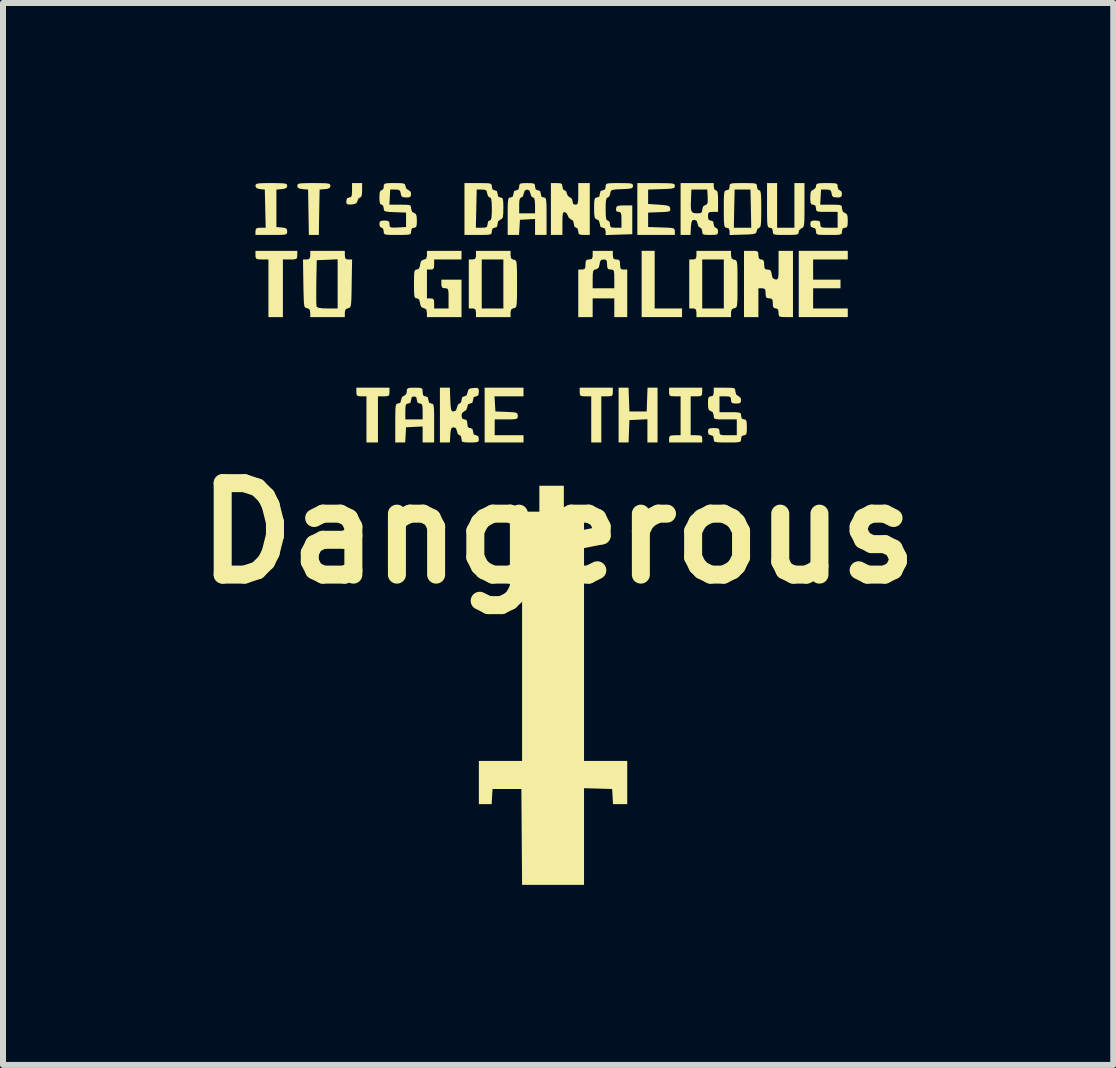
<source format=kicad_pcb>
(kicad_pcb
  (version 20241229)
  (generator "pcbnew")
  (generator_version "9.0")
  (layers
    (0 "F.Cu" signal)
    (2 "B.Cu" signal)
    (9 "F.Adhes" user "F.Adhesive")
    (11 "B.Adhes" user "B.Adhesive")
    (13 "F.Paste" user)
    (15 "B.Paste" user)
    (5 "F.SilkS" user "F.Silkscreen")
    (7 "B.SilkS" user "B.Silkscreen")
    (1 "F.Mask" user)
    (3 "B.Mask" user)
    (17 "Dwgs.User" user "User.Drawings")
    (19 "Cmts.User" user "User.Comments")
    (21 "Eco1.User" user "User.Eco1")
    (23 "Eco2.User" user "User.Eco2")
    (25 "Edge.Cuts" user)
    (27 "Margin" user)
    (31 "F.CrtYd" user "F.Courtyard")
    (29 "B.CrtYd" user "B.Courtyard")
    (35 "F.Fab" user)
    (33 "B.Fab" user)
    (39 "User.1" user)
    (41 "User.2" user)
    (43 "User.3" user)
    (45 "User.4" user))
  (footprint "Dangerous"
    (layer "F.Cu")
    (at 6.248 5.834)
    (property "Reference" "Dangerous" (at 0 0 0) (layer "F.SilkS") (effects (font (size 1.524 1.524) (thickness 0.3))))
    (attr board_only exclude_from_pos_files exclude_from_bom)
    (fp_poly (pts (xy 1.609 -3.745) (xy 2.065 -3.745) (xy 2.065 -3.601) (xy 1.392 -3.601) (xy 1.392 -4.705) (xy 1.609 -4.705)) (stroke (width 0) (type solid)) (fill yes) (layer "F.SilkS"))
    (fp_poly (pts (xy 4.826 -4.561) (xy 4.249 -4.561) (xy 4.249 -4.225) (xy 4.705 -4.225) (xy 4.705 -4.081) (xy 4.249 -4.081) (xy 4.249 -3.745) (xy 4.826 -3.745) (xy 4.826 -3.601) (xy 4.009 -3.601) (xy 4.009 -4.705) (xy 4.826 -4.705)) (stroke (width 0) (type solid)) (fill yes) (layer "F.SilkS"))
    (fp_poly (pts (xy -2.809 -2.353) (xy -2.813 -2.307) (xy -2.833 -2.286) (xy -2.884 -2.281) (xy -2.905 -2.281) (xy -3.001 -2.281) (xy -3.001 -1.512) (xy -3.193 -1.512) (xy -3.193 -2.281) (xy -3.277 -2.281) (xy -3.333 -2.285) (xy -3.357 -2.305) (xy -3.361 -2.353) (xy -3.361 -2.425) (xy -2.809 -2.425)) (stroke (width 0) (type solid)) (fill yes) (layer "F.SilkS"))
    (fp_poly (pts (xy -4.345 -4.633) (xy -4.348 -4.591) (xy -4.364 -4.57) (xy -4.406 -4.562) (xy -4.465 -4.561) (xy -4.585 -4.561) (xy -4.585 -3.601) (xy -4.826 -3.601) (xy -4.826 -4.561) (xy -4.934 -4.561) (xy -5 -4.564) (xy -5.031 -4.576) (xy -5.041 -4.606) (xy -5.042 -4.633) (xy -5.042 -4.705) (xy -4.345 -4.705)) (stroke (width 0) (type solid)) (fill yes) (layer "F.SilkS"))
    (fp_poly (pts (xy 0.912 -2.353) (xy 0.908 -2.307) (xy 0.888 -2.286) (xy 0.837 -2.281) (xy 0.816 -2.281) (xy 0.72 -2.281) (xy 0.72 -1.512) (xy 0.552 -1.512) (xy 0.552 -2.281) (xy 0.456 -2.281) (xy 0.395 -2.284) (xy 0.367 -2.299) (xy 0.36 -2.337) (xy 0.36 -2.353) (xy 0.36 -2.425) (xy 0.912 -2.425)) (stroke (width 0) (type solid)) (fill yes) (layer "F.SilkS"))
    (fp_poly (pts (xy 1.181 -2.227) (xy 1.188 -2.029) (xy 1.476 -2.029) (xy 1.483 -2.227) (xy 1.49 -2.425) (xy 1.657 -2.425) (xy 1.657 -1.512) (xy 1.488 -1.512) (xy 1.488 -1.899) (xy 1.338 -1.892) (xy 1.188 -1.885) (xy 1.181 -1.699) (xy 1.174 -1.512) (xy 1.008 -1.512) (xy 1.008 -2.425) (xy 1.174 -2.425)) (stroke (width 0) (type solid)) (fill yes) (layer "F.SilkS"))
    (fp_poly (pts (xy -3.265 -5.714) (xy -3.269 -5.637) (xy -3.283 -5.6) (xy -3.299 -5.594) (xy -3.329 -5.573) (xy -3.341 -5.54) (xy -3.357 -5.502) (xy -3.398 -5.484) (xy -3.439 -5.478) (xy -3.498 -5.477) (xy -3.523 -5.49) (xy -3.529 -5.528) (xy -3.529 -5.532) (xy -3.518 -5.58) (xy -3.481 -5.594) (xy -3.452 -5.6) (xy -3.438 -5.627) (xy -3.433 -5.686) (xy -3.433 -5.714) (xy -3.433 -5.834) (xy -3.265 -5.834)) (stroke (width 0) (type solid)) (fill yes) (layer "F.SilkS"))
    (fp_poly (pts (xy -0.576 -2.281) (xy -1.059 -2.281) (xy -1.052 -2.155) (xy -1.044 -2.029) (xy -0.858 -2.022) (xy -0.765 -2.017) (xy -0.709 -2.011) (xy -0.682 -1.998) (xy -0.673 -1.977) (xy -0.672 -1.956) (xy -0.674 -1.926) (xy -0.687 -1.909) (xy -0.721 -1.9) (xy -0.785 -1.897) (xy -0.864 -1.897) (xy -1.056 -1.897) (xy -1.056 -1.633) (xy -0.576 -1.633) (xy -0.576 -1.512) (xy -1.224 -1.512) (xy -1.224 -2.425) (xy -0.576 -2.425)) (stroke (width 0) (type solid)) (fill yes) (layer "F.SilkS"))
    (fp_poly (pts (xy 0.096 -0.36) (xy 0.432 -0.36) (xy 0.432 3.793) (xy 1.152 3.793) (xy 1.152 4.513) (xy 0.915 4.513) (xy 0.908 4.387) (xy 0.9 4.261) (xy 0.666 4.254) (xy 0.432 4.248) (xy 0.432 5.858) (xy -0.6 5.858) (xy -0.606 5.06) (xy -0.612 4.261) (xy -1.092 4.261) (xy -1.1 4.387) (xy -1.107 4.513) (xy -1.32 4.513) (xy -1.32 3.793) (xy -0.6 3.793) (xy -0.6 -0.36) (xy -0.312 -0.36) (xy -0.312 -0.792) (xy 0.096 -0.792)) (stroke (width 0) (type solid)) (fill yes) (layer "F.SilkS"))
    (fp_poly (pts (xy -3.951 -5.833) (xy -3.872 -5.831) (xy -3.825 -5.825) (xy -3.801 -5.814) (xy -3.794 -5.797) (xy -3.793 -5.787) (xy -3.804 -5.754) (xy -3.845 -5.738) (xy -3.883 -5.733) (xy -3.973 -5.726) (xy -3.98 -5.348) (xy -3.986 -4.97) (xy -4.152 -4.97) (xy -4.159 -5.348) (xy -4.165 -5.726) (xy -4.255 -5.733) (xy -4.317 -5.744) (xy -4.342 -5.767) (xy -4.345 -5.787) (xy -4.342 -5.807) (xy -4.327 -5.821) (xy -4.292 -5.829) (xy -4.229 -5.832) (xy -4.129 -5.834) (xy -4.069 -5.834)) (stroke (width 0) (type solid)) (fill yes) (layer "F.SilkS"))
    (fp_poly (pts (xy 2.401 -2.353) (xy 2.397 -2.307) (xy 2.376 -2.286) (xy 2.325 -2.281) (xy 2.305 -2.281) (xy 2.209 -2.281) (xy 2.209 -1.633) (xy 2.305 -1.633) (xy 2.367 -1.629) (xy 2.394 -1.614) (xy 2.401 -1.578) (xy 2.401 -1.572) (xy 2.401 -1.512) (xy 1.849 -1.512) (xy 1.849 -1.572) (xy 1.854 -1.611) (xy 1.879 -1.628) (xy 1.936 -1.632) (xy 1.945 -1.633) (xy 2.041 -1.633) (xy 2.041 -2.281) (xy 1.945 -2.281) (xy 1.883 -2.284) (xy 1.856 -2.299) (xy 1.849 -2.337) (xy 1.849 -2.353) (xy 1.849 -2.425) (xy 2.401 -2.425)) (stroke (width 0) (type solid)) (fill yes) (layer "F.SilkS"))
    (fp_poly (pts (xy 3.649 -5.09) (xy 3.937 -5.09) (xy 3.937 -5.834) (xy 4.105 -5.834) (xy 4.105 -5.465) (xy 4.105 -5.324) (xy 4.103 -5.224) (xy 4.099 -5.157) (xy 4.092 -5.117) (xy 4.081 -5.095) (xy 4.065 -5.085) (xy 4.057 -5.083) (xy 4.017 -5.05) (xy 4.009 -5.02) (xy 4.006 -4.996) (xy 3.991 -4.981) (xy 3.953 -4.973) (xy 3.886 -4.97) (xy 3.793 -4.97) (xy 3.691 -4.97) (xy 3.627 -4.973) (xy 3.593 -4.982) (xy 3.58 -4.998) (xy 3.577 -5.024) (xy 3.577 -5.03) (xy 3.566 -5.077) (xy 3.529 -5.09) (xy 3.511 -5.092) (xy 3.498 -5.103) (xy 3.489 -5.131) (xy 3.484 -5.183) (xy 3.482 -5.264) (xy 3.481 -5.383) (xy 3.481 -5.462) (xy 3.481 -5.834) (xy 3.649 -5.834)) (stroke (width 0) (type solid)) (fill yes) (layer "F.SilkS"))
    (fp_poly (pts (xy 1.76 -5.833) (xy 1.847 -5.831) (xy 1.901 -5.827) (xy 1.931 -5.818) (xy 1.943 -5.804) (xy 1.945 -5.787) (xy 1.941 -5.764) (xy 1.922 -5.75) (xy 1.881 -5.741) (xy 1.807 -5.736) (xy 1.723 -5.733) (xy 1.5 -5.726) (xy 1.5 -5.486) (xy 1.681 -5.474) (xy 1.773 -5.466) (xy 1.828 -5.457) (xy 1.856 -5.442) (xy 1.867 -5.417) (xy 1.868 -5.409) (xy 1.869 -5.382) (xy 1.856 -5.366) (xy 1.819 -5.356) (xy 1.749 -5.351) (xy 1.688 -5.349) (xy 1.5 -5.342) (xy 1.5 -5.102) (xy 1.723 -5.095) (xy 1.827 -5.091) (xy 1.892 -5.086) (xy 1.927 -5.076) (xy 1.942 -5.06) (xy 1.945 -5.034) (xy 1.945 -5.029) (xy 1.945 -4.97) (xy 1.32 -4.97) (xy 1.32 -5.834) (xy 1.633 -5.834)) (stroke (width 0) (type solid)) (fill yes) (layer "F.SilkS"))
    (fp_poly (pts (xy -4.662 -5.833) (xy -4.586 -5.83) (xy -4.541 -5.824) (xy -4.52 -5.813) (xy -4.514 -5.795) (xy -4.513 -5.787) (xy -4.524 -5.754) (xy -4.565 -5.738) (xy -4.603 -5.733) (xy -4.693 -5.726) (xy -4.693 -5.102) (xy -4.603 -5.094) (xy -4.544 -5.085) (xy -4.518 -5.063) (xy -4.513 -5.028) (xy -4.515 -5.003) (xy -4.525 -4.986) (xy -4.551 -4.976) (xy -4.603 -4.971) (xy -4.688 -4.97) (xy -4.778 -4.97) (xy -5.042 -4.97) (xy -5.042 -5.03) (xy -5.035 -5.07) (xy -5.007 -5.087) (xy -4.957 -5.09) (xy -4.872 -5.09) (xy -4.879 -5.408) (xy -4.886 -5.726) (xy -4.964 -5.733) (xy -5.02 -5.747) (xy -5.041 -5.777) (xy -5.042 -5.787) (xy -5.038 -5.808) (xy -5.023 -5.821) (xy -4.986 -5.829) (xy -4.921 -5.833) (xy -4.819 -5.834) (xy -4.778 -5.834)) (stroke (width 0) (type solid)) (fill yes) (layer "F.SilkS"))
    (fp_poly (pts (xy -0.792 -4.635) (xy -0.783 -4.581) (xy -0.75 -4.559) (xy -0.738 -4.557) (xy -0.718 -4.553) (xy -0.704 -4.542) (xy -0.694 -4.518) (xy -0.689 -4.474) (xy -0.686 -4.402) (xy -0.684 -4.296) (xy -0.684 -4.153) (xy -0.684 -4.007) (xy -0.686 -3.902) (xy -0.689 -3.831) (xy -0.695 -3.787) (xy -0.704 -3.764) (xy -0.719 -3.754) (xy -0.738 -3.75) (xy -0.778 -3.732) (xy -0.792 -3.686) (xy -0.792 -3.671) (xy -0.792 -3.601) (xy -1.368 -3.601) (xy -1.368 -3.673) (xy -1.375 -3.725) (xy -1.402 -3.743) (xy -1.428 -3.745) (xy -1.272 -3.745) (xy -0.912 -3.745) (xy -0.912 -4.561) (xy -1.272 -4.561) (xy -1.272 -3.745) (xy -1.428 -3.745) (xy -1.488 -3.745) (xy -1.488 -4.561) (xy -1.428 -4.561) (xy -1.386 -4.569) (xy -1.37 -4.602) (xy -1.368 -4.633) (xy -1.368 -4.705) (xy -0.792 -4.705)) (stroke (width 0) (type solid)) (fill yes) (layer "F.SilkS"))
    (fp_poly (pts (xy 2.881 -4.635) (xy 2.89 -4.581) (xy 2.924 -4.559) (xy 2.935 -4.557) (xy 2.955 -4.553) (xy 2.969 -4.542) (xy 2.979 -4.518) (xy 2.985 -4.474) (xy 2.988 -4.402) (xy 2.989 -4.296) (xy 2.989 -4.153) (xy 2.989 -4.007) (xy 2.988 -3.902) (xy 2.984 -3.831) (xy 2.979 -3.787) (xy 2.969 -3.764) (xy 2.954 -3.754) (xy 2.935 -3.75) (xy 2.895 -3.732) (xy 2.881 -3.686) (xy 2.881 -3.671) (xy 2.881 -3.601) (xy 2.305 -3.601) (xy 2.305 -3.673) (xy 2.298 -3.725) (xy 2.271 -3.743) (xy 2.245 -3.745) (xy 2.401 -3.745) (xy 2.761 -3.745) (xy 2.761 -4.561) (xy 2.401 -4.561) (xy 2.401 -3.745) (xy 2.245 -3.745) (xy 2.185 -3.745) (xy 2.185 -4.561) (xy 2.245 -4.561) (xy 2.288 -4.569) (xy 2.303 -4.602) (xy 2.305 -4.633) (xy 2.305 -4.705) (xy 2.881 -4.705)) (stroke (width 0) (type solid)) (fill yes) (layer "F.SilkS"))
    (fp_poly (pts (xy 0.038 -5.831) (xy 0.065 -5.815) (xy 0.072 -5.779) (xy 0.072 -5.774) (xy 0.085 -5.726) (xy 0.108 -5.714) (xy 0.137 -5.694) (xy 0.144 -5.664) (xy 0.165 -5.616) (xy 0.192 -5.601) (xy 0.232 -5.569) (xy 0.24 -5.531) (xy 0.253 -5.485) (xy 0.288 -5.474) (xy 0.313 -5.478) (xy 0.327 -5.497) (xy 0.334 -5.542) (xy 0.336 -5.621) (xy 0.336 -5.654) (xy 0.336 -5.834) (xy 0.528 -5.834) (xy 0.528 -4.97) (xy 0.432 -4.97) (xy 0.37 -4.973) (xy 0.343 -4.988) (xy 0.336 -5.024) (xy 0.336 -5.03) (xy 0.324 -5.078) (xy 0.3 -5.09) (xy 0.271 -5.111) (xy 0.264 -5.152) (xy 0.248 -5.208) (xy 0.217 -5.226) (xy 0.177 -5.258) (xy 0.163 -5.29) (xy 0.14 -5.334) (xy 0.114 -5.349) (xy 0.093 -5.348) (xy 0.081 -5.329) (xy 0.074 -5.283) (xy 0.072 -5.201) (xy 0.072 -5.163) (xy 0.072 -4.97) (xy -0.12 -4.97) (xy -0.12 -5.834) (xy -0.024 -5.834)) (stroke (width 0) (type solid)) (fill yes) (layer "F.SilkS"))
    (fp_poly (pts (xy -3.553 -4.633) (xy -3.547 -4.582) (xy -3.519 -4.563) (xy -3.493 -4.561) (xy -3.432 -4.561) (xy -3.439 -4.159) (xy -3.441 -4.012) (xy -3.444 -3.906) (xy -3.448 -3.834) (xy -3.455 -3.789) (xy -3.465 -3.765) (xy -3.479 -3.754) (xy -3.499 -3.75) (xy -3.539 -3.732) (xy -3.553 -3.686) (xy -3.553 -3.671) (xy -3.553 -3.601) (xy -4.129 -3.601) (xy -4.129 -3.671) (xy -4.138 -3.725) (xy -4.172 -3.747) (xy -4.183 -3.75) (xy -4.203 -3.754) (xy -4.218 -3.765) (xy -4.228 -3.789) (xy -4.234 -3.834) (xy -4.238 -3.907) (xy -4.241 -4.014) (xy -4.242 -4.048) (xy -4.029 -4.048) (xy -4.029 -3.933) (xy -4.028 -3.844) (xy -4.025 -3.789) (xy -4.023 -3.776) (xy -3.994 -3.757) (xy -3.923 -3.747) (xy -3.842 -3.745) (xy -3.673 -3.745) (xy -3.673 -4.564) (xy -3.847 -4.556) (xy -4.021 -4.549) (xy -4.028 -4.178) (xy -4.029 -4.048) (xy -4.242 -4.048) (xy -4.244 -4.159) (xy -4.25 -4.561) (xy -4.19 -4.561) (xy -4.147 -4.569) (xy -4.131 -4.602) (xy -4.129 -4.633) (xy -4.129 -4.705) (xy -3.553 -4.705)) (stroke (width 0) (type solid)) (fill yes) (layer "F.SilkS"))
    (fp_poly (pts (xy 3.288 -4.704) (xy 3.324 -4.694) (xy 3.336 -4.669) (xy 3.337 -4.633) (xy 3.345 -4.581) (xy 3.373 -4.562) (xy 3.385 -4.561) (xy 3.418 -4.552) (xy 3.432 -4.515) (xy 3.433 -4.477) (xy 3.438 -4.421) (xy 3.458 -4.397) (xy 3.492 -4.393) (xy 3.534 -4.385) (xy 3.553 -4.35) (xy 3.558 -4.315) (xy 3.572 -4.257) (xy 3.606 -4.232) (xy 3.619 -4.23) (xy 3.644 -4.228) (xy 3.659 -4.238) (xy 3.668 -4.266) (xy 3.672 -4.323) (xy 3.673 -4.416) (xy 3.673 -4.464) (xy 3.673 -4.705) (xy 3.913 -4.705) (xy 3.913 -3.601) (xy 3.793 -3.601) (xy 3.722 -3.603) (xy 3.687 -3.612) (xy 3.675 -3.638) (xy 3.673 -3.673) (xy 3.666 -3.726) (xy 3.638 -3.744) (xy 3.625 -3.745) (xy 3.592 -3.755) (xy 3.579 -3.791) (xy 3.577 -3.829) (xy 3.573 -3.886) (xy 3.552 -3.909) (xy 3.517 -3.913) (xy 3.477 -3.92) (xy 3.46 -3.948) (xy 3.457 -3.997) (xy 3.453 -4.054) (xy 3.432 -4.077) (xy 3.397 -4.081) (xy 3.337 -4.081) (xy 3.337 -3.601) (xy 3.097 -3.601) (xy 3.097 -4.705) (xy 3.217 -4.705)) (stroke (width 0) (type solid)) (fill yes) (layer "F.SilkS"))
    (fp_poly (pts (xy 0.912 -4.633) (xy 0.919 -4.582) (xy 0.946 -4.563) (xy 0.972 -4.561) (xy 1.013 -4.555) (xy 1.03 -4.527) (xy 1.032 -4.477) (xy 1.037 -4.421) (xy 1.057 -4.397) (xy 1.092 -4.393) (xy 1.152 -4.393) (xy 1.152 -3.601) (xy 0.936 -3.601) (xy 0.936 -3.913) (xy 0.576 -3.913) (xy 0.576 -3.601) (xy 0.336 -3.601) (xy 0.336 -4.081) (xy 0.576 -4.081) (xy 0.936 -4.081) (xy 0.936 -4.237) (xy 0.935 -4.321) (xy 0.929 -4.368) (xy 0.914 -4.388) (xy 0.886 -4.393) (xy 0.876 -4.393) (xy 0.836 -4.4) (xy 0.819 -4.428) (xy 0.816 -4.477) (xy 0.812 -4.534) (xy 0.791 -4.558) (xy 0.758 -4.561) (xy 0.716 -4.553) (xy 0.697 -4.518) (xy 0.692 -4.483) (xy 0.677 -4.425) (xy 0.643 -4.4) (xy 0.63 -4.398) (xy 0.601 -4.389) (xy 0.585 -4.367) (xy 0.578 -4.32) (xy 0.576 -4.237) (xy 0.576 -4.081) (xy 0.336 -4.081) (xy 0.336 -4.393) (xy 0.396 -4.393) (xy 0.437 -4.4) (xy 0.453 -4.428) (xy 0.456 -4.477) (xy 0.461 -4.534) (xy 0.481 -4.557) (xy 0.516 -4.561) (xy 0.559 -4.569) (xy 0.575 -4.602) (xy 0.576 -4.633) (xy 0.576 -4.705) (xy 0.912 -4.705)) (stroke (width 0) (type solid)) (fill yes) (layer "F.SilkS"))
    (fp_poly (pts (xy 3.191 -5.833) (xy 3.257 -5.831) (xy 3.294 -5.823) (xy 3.309 -5.808) (xy 3.313 -5.784) (xy 3.313 -5.774) (xy 3.326 -5.726) (xy 3.349 -5.714) (xy 3.364 -5.707) (xy 3.374 -5.681) (xy 3.381 -5.63) (xy 3.384 -5.546) (xy 3.385 -5.422) (xy 3.385 -5.402) (xy 3.384 -5.271) (xy 3.381 -5.181) (xy 3.375 -5.125) (xy 3.365 -5.097) (xy 3.351 -5.09) (xy 3.321 -5.069) (xy 3.309 -5.036) (xy 3.302 -5.01) (xy 3.285 -4.994) (xy 3.247 -4.984) (xy 3.18 -4.978) (xy 3.079 -4.975) (xy 2.857 -4.968) (xy 2.857 -5.029) (xy 2.846 -5.076) (xy 2.809 -5.09) (xy 2.928 -5.09) (xy 3.218 -5.09) (xy 3.212 -5.408) (xy 3.205 -5.726) (xy 2.941 -5.726) (xy 2.934 -5.408) (xy 2.928 -5.09) (xy 2.809 -5.09) (xy 2.789 -5.092) (xy 2.776 -5.105) (xy 2.768 -5.136) (xy 2.763 -5.193) (xy 2.761 -5.283) (xy 2.761 -5.402) (xy 2.761 -5.529) (xy 2.763 -5.616) (xy 2.768 -5.671) (xy 2.777 -5.7) (xy 2.791 -5.712) (xy 2.809 -5.714) (xy 2.847 -5.728) (xy 2.857 -5.774) (xy 2.858 -5.802) (xy 2.869 -5.819) (xy 2.898 -5.829) (xy 2.954 -5.833) (xy 3.046 -5.834) (xy 3.085 -5.834)) (stroke (width 0) (type solid)) (fill yes) (layer "F.SilkS"))
    (fp_poly (pts (xy -1.609 -4.561) (xy -2.065 -4.561) (xy -2.065 -4.477) (xy -2.069 -4.421) (xy -2.089 -4.397) (xy -2.125 -4.393) (xy -2.185 -4.393) (xy -2.185 -3.913) (xy -2.125 -3.913) (xy -2.084 -3.907) (xy -2.067 -3.879) (xy -2.065 -3.829) (xy -2.065 -3.745) (xy -1.825 -3.745) (xy -1.825 -3.913) (xy -1.825 -4.001) (xy -1.831 -4.051) (xy -1.844 -4.074) (xy -1.869 -4.081) (xy -1.885 -4.081) (xy -1.927 -4.089) (xy -1.943 -4.122) (xy -1.945 -4.153) (xy -1.945 -4.225) (xy -1.609 -4.225) (xy -1.609 -3.601) (xy -2.185 -3.601) (xy -2.185 -3.671) (xy -2.194 -3.725) (xy -2.227 -3.747) (xy -2.239 -3.75) (xy -2.279 -3.768) (xy -2.298 -3.816) (xy -2.3 -3.835) (xy -2.314 -3.892) (xy -2.344 -3.913) (xy -2.354 -3.913) (xy -2.375 -3.917) (xy -2.389 -3.934) (xy -2.397 -3.972) (xy -2.4 -4.041) (xy -2.401 -4.149) (xy -2.401 -4.153) (xy -2.4 -4.263) (xy -2.397 -4.333) (xy -2.389 -4.372) (xy -2.376 -4.389) (xy -2.355 -4.393) (xy -2.354 -4.393) (xy -2.319 -4.407) (xy -2.302 -4.454) (xy -2.3 -4.471) (xy -2.286 -4.53) (xy -2.252 -4.555) (xy -2.239 -4.557) (xy -2.198 -4.575) (xy -2.185 -4.62) (xy -2.185 -4.635) (xy -2.185 -4.705) (xy -1.609 -4.705)) (stroke (width 0) (type solid)) (fill yes) (layer "F.SilkS"))
    (fp_poly (pts (xy -0.441 -5.832) (xy -0.401 -5.824) (xy -0.386 -5.804) (xy -0.384 -5.774) (xy -0.373 -5.727) (xy -0.336 -5.714) (xy -0.298 -5.7) (xy -0.288 -5.654) (xy -0.277 -5.607) (xy -0.24 -5.594) (xy -0.22 -5.591) (xy -0.207 -5.578) (xy -0.199 -5.547) (xy -0.194 -5.49) (xy -0.192 -5.4) (xy -0.192 -5.282) (xy -0.192 -4.97) (xy -0.384 -4.97) (xy -0.384 -5.236) (xy -0.51 -5.229) (xy -0.636 -5.222) (xy -0.643 -5.096) (xy -0.651 -4.97) (xy -0.84 -4.97) (xy -0.84 -5.282) (xy -0.84 -5.33) (xy -0.648 -5.33) (xy -0.384 -5.33) (xy -0.384 -5.462) (xy -0.388 -5.542) (xy -0.4 -5.584) (xy -0.419 -5.594) (xy -0.447 -5.615) (xy -0.461 -5.66) (xy -0.478 -5.711) (xy -0.516 -5.726) (xy -0.555 -5.71) (xy -0.572 -5.66) (xy -0.588 -5.61) (xy -0.614 -5.594) (xy -0.635 -5.58) (xy -0.646 -5.534) (xy -0.648 -5.462) (xy -0.648 -5.33) (xy -0.84 -5.33) (xy -0.84 -5.409) (xy -0.838 -5.496) (xy -0.833 -5.55) (xy -0.824 -5.58) (xy -0.81 -5.592) (xy -0.792 -5.594) (xy -0.755 -5.608) (xy -0.744 -5.654) (xy -0.733 -5.701) (xy -0.696 -5.714) (xy -0.659 -5.728) (xy -0.648 -5.774) (xy -0.645 -5.808) (xy -0.627 -5.826) (xy -0.582 -5.833) (xy -0.516 -5.834)) (stroke (width 0) (type solid)) (fill yes) (layer "F.SilkS"))
    (fp_poly (pts (xy 2.593 -5.774) (xy 2.605 -5.726) (xy 2.629 -5.714) (xy 2.648 -5.704) (xy 2.659 -5.67) (xy 2.664 -5.603) (xy 2.665 -5.534) (xy 2.665 -5.354) (xy 2.581 -5.354) (xy 2.524 -5.35) (xy 2.501 -5.329) (xy 2.497 -5.282) (xy 2.504 -5.229) (xy 2.532 -5.21) (xy 2.545 -5.21) (xy 2.582 -5.196) (xy 2.593 -5.15) (xy 2.605 -5.101) (xy 2.629 -5.09) (xy 2.658 -5.069) (xy 2.665 -5.03) (xy 2.661 -4.995) (xy 2.643 -4.977) (xy 2.599 -4.971) (xy 2.533 -4.97) (xy 2.457 -4.971) (xy 2.418 -4.979) (xy 2.403 -5) (xy 2.401 -5.03) (xy 2.389 -5.077) (xy 2.366 -5.09) (xy 2.338 -5.111) (xy 2.324 -5.156) (xy 2.307 -5.207) (xy 2.269 -5.222) (xy 2.24 -5.215) (xy 2.224 -5.187) (xy 2.215 -5.126) (xy 2.213 -5.096) (xy 2.206 -4.97) (xy 2.041 -4.97) (xy 2.041 -5.454) (xy 2.211 -5.454) (xy 2.216 -5.386) (xy 2.234 -5.349) (xy 2.267 -5.333) (xy 2.316 -5.33) (xy 2.373 -5.334) (xy 2.397 -5.354) (xy 2.401 -5.392) (xy 2.417 -5.447) (xy 2.45 -5.467) (xy 2.479 -5.481) (xy 2.492 -5.512) (xy 2.493 -5.572) (xy 2.492 -5.603) (xy 2.485 -5.726) (xy 2.221 -5.726) (xy 2.214 -5.56) (xy 2.211 -5.454) (xy 2.041 -5.454) (xy 2.041 -5.834) (xy 2.593 -5.834)) (stroke (width 0) (type solid)) (fill yes) (layer "F.SilkS"))
    (fp_poly (pts (xy -1.227 -5.833) (xy -1.16 -5.831) (xy -1.124 -5.823) (xy -1.108 -5.808) (xy -1.104 -5.784) (xy -1.104 -5.774) (xy -1.093 -5.727) (xy -1.056 -5.714) (xy -1.019 -5.7) (xy -1.008 -5.654) (xy -0.997 -5.607) (xy -0.96 -5.594) (xy -0.936 -5.589) (xy -0.921 -5.57) (xy -0.914 -5.525) (xy -0.912 -5.445) (xy -0.912 -5.417) (xy -0.914 -5.324) (xy -0.92 -5.269) (xy -0.933 -5.241) (xy -0.957 -5.228) (xy -0.96 -5.227) (xy -1 -5.195) (xy -1.008 -5.152) (xy -1.019 -5.104) (xy -1.055 -5.09) (xy -1.056 -5.09) (xy -1.094 -5.076) (xy -1.104 -5.03) (xy -1.106 -5.002) (xy -1.117 -4.984) (xy -1.146 -4.975) (xy -1.202 -4.971) (xy -1.294 -4.97) (xy -1.332 -4.97) (xy -1.56 -4.97) (xy -1.56 -5.09) (xy -1.37 -5.09) (xy -1.273 -5.09) (xy -1.211 -5.093) (xy -1.183 -5.108) (xy -1.176 -5.144) (xy -1.176 -5.15) (xy -1.164 -5.198) (xy -1.14 -5.21) (xy -1.122 -5.219) (xy -1.111 -5.252) (xy -1.105 -5.317) (xy -1.104 -5.402) (xy -1.106 -5.501) (xy -1.113 -5.561) (xy -1.125 -5.589) (xy -1.139 -5.594) (xy -1.167 -5.615) (xy -1.181 -5.66) (xy -1.192 -5.705) (xy -1.223 -5.723) (xy -1.272 -5.726) (xy -1.356 -5.726) (xy -1.363 -5.408) (xy -1.37 -5.09) (xy -1.56 -5.09) (xy -1.56 -5.834) (xy -1.332 -5.834)) (stroke (width 0) (type solid)) (fill yes) (layer "F.SilkS"))
    (fp_poly (pts (xy -2.313 -2.424) (xy -2.274 -2.416) (xy -2.259 -2.395) (xy -2.257 -2.354) (xy -2.257 -2.353) (xy -2.249 -2.3) (xy -2.221 -2.281) (xy -2.209 -2.281) (xy -2.171 -2.267) (xy -2.161 -2.221) (xy -2.149 -2.174) (xy -2.113 -2.161) (xy -2.093 -2.158) (xy -2.08 -2.145) (xy -2.072 -2.115) (xy -2.067 -2.06) (xy -2.065 -1.971) (xy -2.065 -1.843) (xy -2.065 -1.837) (xy -2.065 -1.512) (xy -2.257 -1.512) (xy -2.257 -1.779) (xy -2.395 -1.772) (xy -2.533 -1.765) (xy -2.54 -1.639) (xy -2.547 -1.512) (xy -2.713 -1.512) (xy -2.713 -1.837) (xy -2.713 -1.897) (xy -2.545 -1.897) (xy -2.257 -1.897) (xy -2.257 -2.029) (xy -2.259 -2.105) (xy -2.268 -2.145) (xy -2.288 -2.159) (xy -2.305 -2.161) (xy -2.342 -2.175) (xy -2.353 -2.221) (xy -2.364 -2.268) (xy -2.401 -2.281) (xy -2.438 -2.267) (xy -2.449 -2.221) (xy -2.46 -2.174) (xy -2.497 -2.161) (xy -2.525 -2.155) (xy -2.539 -2.13) (xy -2.544 -2.075) (xy -2.545 -2.029) (xy -2.545 -1.897) (xy -2.713 -1.897) (xy -2.712 -1.967) (xy -2.711 -2.057) (xy -2.706 -2.113) (xy -2.698 -2.145) (xy -2.685 -2.158) (xy -2.666 -2.161) (xy -2.665 -2.161) (xy -2.627 -2.175) (xy -2.617 -2.218) (xy -2.599 -2.271) (xy -2.569 -2.288) (xy -2.529 -2.319) (xy -2.521 -2.362) (xy -2.518 -2.398) (xy -2.5 -2.417) (xy -2.457 -2.424) (xy -2.389 -2.425)) (stroke (width 0) (type solid)) (fill yes) (layer "F.SilkS"))
    (fp_poly (pts (xy -1.796 -2.227) (xy -1.791 -2.129) (xy -1.784 -2.07) (xy -1.773 -2.04) (xy -1.754 -2.029) (xy -1.741 -2.029) (xy -1.701 -2.045) (xy -1.685 -2.095) (xy -1.668 -2.144) (xy -1.643 -2.161) (xy -1.616 -2.182) (xy -1.609 -2.221) (xy -1.597 -2.268) (xy -1.562 -2.281) (xy -1.524 -2.298) (xy -1.508 -2.347) (xy -1.496 -2.391) (xy -1.465 -2.412) (xy -1.41 -2.42) (xy -1.352 -2.422) (xy -1.326 -2.408) (xy -1.32 -2.367) (xy -1.32 -2.354) (xy -1.328 -2.301) (xy -1.355 -2.282) (xy -1.368 -2.281) (xy -1.406 -2.267) (xy -1.416 -2.221) (xy -1.428 -2.174) (xy -1.464 -2.161) (xy -1.503 -2.146) (xy -1.512 -2.103) (xy -1.531 -2.051) (xy -1.56 -2.034) (xy -1.6 -2.002) (xy -1.609 -1.959) (xy -1.598 -1.911) (xy -1.562 -1.897) (xy -1.56 -1.897) (xy -1.525 -1.885) (xy -1.513 -1.843) (xy -1.512 -1.825) (xy -1.505 -1.772) (xy -1.477 -1.753) (xy -1.464 -1.753) (xy -1.427 -1.738) (xy -1.416 -1.693) (xy -1.405 -1.645) (xy -1.368 -1.633) (xy -1.331 -1.618) (xy -1.32 -1.572) (xy -1.323 -1.539) (xy -1.34 -1.521) (xy -1.382 -1.514) (xy -1.459 -1.512) (xy -1.464 -1.512) (xy -1.544 -1.514) (xy -1.587 -1.521) (xy -1.605 -1.538) (xy -1.609 -1.57) (xy -1.609 -1.572) (xy -1.62 -1.62) (xy -1.643 -1.633) (xy -1.671 -1.654) (xy -1.685 -1.699) (xy -1.702 -1.75) (xy -1.741 -1.765) (xy -1.769 -1.758) (xy -1.785 -1.73) (xy -1.794 -1.669) (xy -1.796 -1.639) (xy -1.803 -1.512) (xy -1.969 -1.512) (xy -1.969 -2.425) (xy -1.803 -2.425)) (stroke (width 0) (type solid)) (fill yes) (layer "F.SilkS"))
    (fp_poly (pts (xy 1.126 -5.833) (xy 1.193 -5.83) (xy 1.23 -5.822) (xy 1.245 -5.807) (xy 1.248 -5.787) (xy 1.244 -5.763) (xy 1.223 -5.748) (xy 1.176 -5.739) (xy 1.093 -5.734) (xy 1.062 -5.733) (xy 0.969 -5.729) (xy 0.913 -5.722) (xy 0.884 -5.709) (xy 0.873 -5.686) (xy 0.869 -5.66) (xy 0.852 -5.61) (xy 0.827 -5.594) (xy 0.809 -5.583) (xy 0.798 -5.547) (xy 0.793 -5.476) (xy 0.792 -5.402) (xy 0.794 -5.303) (xy 0.8 -5.244) (xy 0.812 -5.216) (xy 0.828 -5.21) (xy 0.857 -5.189) (xy 0.864 -5.15) (xy 0.87 -5.111) (xy 0.894 -5.094) (xy 0.952 -5.09) (xy 0.96 -5.09) (xy 1.056 -5.09) (xy 1.056 -5.222) (xy 1.054 -5.298) (xy 1.045 -5.337) (xy 1.025 -5.352) (xy 1.007 -5.354) (xy 0.969 -5.365) (xy 0.965 -5.407) (xy 0.965 -5.408) (xy 0.974 -5.439) (xy 0.999 -5.455) (xy 1.052 -5.461) (xy 1.104 -5.462) (xy 1.236 -5.462) (xy 1.236 -4.982) (xy 1.014 -4.975) (xy 0.792 -4.968) (xy 0.792 -5.029) (xy 0.781 -5.076) (xy 0.744 -5.09) (xy 0.707 -5.103) (xy 0.696 -5.15) (xy 0.696 -5.152) (xy 0.68 -5.208) (xy 0.648 -5.227) (xy 0.623 -5.238) (xy 0.609 -5.265) (xy 0.602 -5.316) (xy 0.6 -5.404) (xy 0.6 -5.417) (xy 0.601 -5.508) (xy 0.607 -5.561) (xy 0.619 -5.586) (xy 0.641 -5.594) (xy 0.648 -5.594) (xy 0.686 -5.608) (xy 0.696 -5.654) (xy 0.707 -5.701) (xy 0.744 -5.714) (xy 0.782 -5.728) (xy 0.792 -5.774) (xy 0.794 -5.802) (xy 0.805 -5.819) (xy 0.833 -5.829) (xy 0.89 -5.833) (xy 0.982 -5.834) (xy 1.02 -5.834)) (stroke (width 0) (type solid)) (fill yes) (layer "F.SilkS"))
    (fp_poly (pts (xy -2.633 -5.833) (xy -2.579 -5.828) (xy -2.553 -5.816) (xy -2.545 -5.795) (xy -2.545 -5.784) (xy -2.524 -5.736) (xy -2.497 -5.721) (xy -2.456 -5.689) (xy -2.449 -5.651) (xy -2.456 -5.612) (xy -2.486 -5.596) (xy -2.531 -5.594) (xy -2.588 -5.599) (xy -2.613 -5.622) (xy -2.621 -5.66) (xy -2.633 -5.705) (xy -2.663 -5.723) (xy -2.713 -5.726) (xy -2.797 -5.726) (xy -2.804 -5.6) (xy -2.811 -5.474) (xy -2.63 -5.474) (xy -2.538 -5.473) (xy -2.484 -5.469) (xy -2.458 -5.457) (xy -2.45 -5.435) (xy -2.449 -5.411) (xy -2.433 -5.356) (xy -2.401 -5.337) (xy -2.371 -5.32) (xy -2.357 -5.284) (xy -2.353 -5.213) (xy -2.353 -5.207) (xy -2.355 -5.136) (xy -2.367 -5.101) (xy -2.391 -5.09) (xy -2.401 -5.09) (xy -2.438 -5.076) (xy -2.449 -5.03) (xy -2.45 -5.002) (xy -2.461 -4.984) (xy -2.49 -4.975) (xy -2.546 -4.971) (xy -2.638 -4.97) (xy -2.677 -4.97) (xy -2.783 -4.97) (xy -2.849 -4.973) (xy -2.886 -4.98) (xy -2.901 -4.995) (xy -2.905 -5.019) (xy -2.905 -5.03) (xy -2.917 -5.078) (xy -2.941 -5.09) (xy -2.97 -5.11) (xy -2.977 -5.15) (xy -2.971 -5.19) (xy -2.942 -5.207) (xy -2.893 -5.21) (xy -2.836 -5.205) (xy -2.813 -5.185) (xy -2.809 -5.148) (xy -2.806 -5.114) (xy -2.79 -5.097) (xy -2.75 -5.092) (xy -2.674 -5.094) (xy -2.671 -5.094) (xy -2.533 -5.102) (xy -2.533 -5.342) (xy -2.719 -5.349) (xy -2.812 -5.353) (xy -2.868 -5.36) (xy -2.895 -5.372) (xy -2.904 -5.394) (xy -2.905 -5.415) (xy -2.918 -5.462) (xy -2.941 -5.474) (xy -2.964 -5.487) (xy -2.975 -5.531) (xy -2.977 -5.594) (xy -2.973 -5.669) (xy -2.96 -5.706) (xy -2.941 -5.714) (xy -2.912 -5.735) (xy -2.905 -5.774) (xy -2.903 -5.804) (xy -2.889 -5.822) (xy -2.854 -5.831) (xy -2.788 -5.834) (xy -2.725 -5.834)) (stroke (width 0) (type solid)) (fill yes) (layer "F.SilkS"))
    (fp_poly (pts (xy 2.864 -2.424) (xy 2.918 -2.42) (xy 2.944 -2.408) (xy 2.952 -2.386) (xy 2.953 -2.362) (xy 2.969 -2.307) (xy 3.001 -2.288) (xy 3.041 -2.256) (xy 3.049 -2.218) (xy 3.042 -2.179) (xy 3.012 -2.163) (xy 2.965 -2.161) (xy 2.908 -2.165) (xy 2.885 -2.185) (xy 2.881 -2.221) (xy 2.876 -2.259) (xy 2.851 -2.277) (xy 2.793 -2.281) (xy 2.785 -2.281) (xy 2.689 -2.281) (xy 2.689 -2.017) (xy 2.869 -2.017) (xy 2.96 -2.016) (xy 3.014 -2.011) (xy 3.04 -2) (xy 3.048 -1.978) (xy 3.049 -1.957) (xy 3.06 -1.91) (xy 3.097 -1.897) (xy 3.125 -1.891) (xy 3.139 -1.866) (xy 3.144 -1.811) (xy 3.145 -1.765) (xy 3.143 -1.688) (xy 3.134 -1.648) (xy 3.114 -1.634) (xy 3.097 -1.633) (xy 3.059 -1.618) (xy 3.049 -1.572) (xy 3.047 -1.545) (xy 3.037 -1.527) (xy 3.008 -1.518) (xy 2.952 -1.513) (xy 2.859 -1.512) (xy 2.821 -1.512) (xy 2.715 -1.513) (xy 2.649 -1.516) (xy 2.612 -1.523) (xy 2.596 -1.538) (xy 2.593 -1.562) (xy 2.593 -1.572) (xy 2.582 -1.62) (xy 2.545 -1.633) (xy 2.507 -1.647) (xy 2.497 -1.693) (xy 2.502 -1.731) (xy 2.527 -1.748) (xy 2.584 -1.753) (xy 2.593 -1.753) (xy 2.655 -1.749) (xy 2.682 -1.734) (xy 2.689 -1.698) (xy 2.689 -1.693) (xy 2.692 -1.659) (xy 2.709 -1.641) (xy 2.75 -1.634) (xy 2.828 -1.633) (xy 2.833 -1.633) (xy 2.977 -1.633) (xy 2.977 -1.897) (xy 2.785 -1.897) (xy 2.69 -1.897) (xy 2.633 -1.901) (xy 2.604 -1.911) (xy 2.594 -1.931) (xy 2.593 -1.959) (xy 2.577 -2.015) (xy 2.545 -2.034) (xy 2.515 -2.05) (xy 2.501 -2.087) (xy 2.497 -2.157) (xy 2.497 -2.163) (xy 2.499 -2.234) (xy 2.511 -2.269) (xy 2.535 -2.28) (xy 2.545 -2.281) (xy 2.58 -2.292) (xy 2.592 -2.334) (xy 2.593 -2.353) (xy 2.593 -2.425) (xy 2.773 -2.425)) (stroke (width 0) (type solid)) (fill yes) (layer "F.SilkS"))
    (fp_poly (pts (xy 4.569 -5.833) (xy 4.623 -5.829) (xy 4.649 -5.817) (xy 4.657 -5.795) (xy 4.657 -5.774) (xy 4.67 -5.726) (xy 4.693 -5.714) (xy 4.722 -5.693) (xy 4.729 -5.654) (xy 4.723 -5.613) (xy 4.694 -5.596) (xy 4.647 -5.594) (xy 4.59 -5.599) (xy 4.565 -5.622) (xy 4.557 -5.66) (xy 4.546 -5.705) (xy 4.515 -5.723) (xy 4.465 -5.726) (xy 4.381 -5.726) (xy 4.374 -5.6) (xy 4.367 -5.474) (xy 4.548 -5.474) (xy 4.64 -5.473) (xy 4.694 -5.469) (xy 4.72 -5.457) (xy 4.729 -5.435) (xy 4.729 -5.411) (xy 4.746 -5.356) (xy 4.778 -5.337) (xy 4.807 -5.32) (xy 4.822 -5.284) (xy 4.826 -5.213) (xy 4.826 -5.207) (xy 4.823 -5.136) (xy 4.812 -5.101) (xy 4.787 -5.09) (xy 4.778 -5.09) (xy 4.74 -5.076) (xy 4.729 -5.03) (xy 4.728 -5.001) (xy 4.716 -4.984) (xy 4.686 -4.974) (xy 4.628 -4.97) (xy 4.532 -4.97) (xy 4.513 -4.97) (xy 4.411 -4.97) (xy 4.348 -4.973) (xy 4.314 -4.982) (xy 4.3 -4.998) (xy 4.297 -5.024) (xy 4.297 -5.03) (xy 4.286 -5.077) (xy 4.249 -5.09) (xy 4.212 -5.104) (xy 4.201 -5.15) (xy 4.208 -5.19) (xy 4.236 -5.207) (xy 4.285 -5.21) (xy 4.342 -5.205) (xy 4.365 -5.185) (xy 4.369 -5.15) (xy 4.372 -5.116) (xy 4.389 -5.098) (xy 4.431 -5.091) (xy 4.508 -5.09) (xy 4.513 -5.09) (xy 4.657 -5.09) (xy 4.657 -5.354) (xy 4.477 -5.354) (xy 4.386 -5.354) (xy 4.332 -5.359) (xy 4.306 -5.371) (xy 4.298 -5.393) (xy 4.297 -5.414) (xy 4.286 -5.461) (xy 4.249 -5.474) (xy 4.22 -5.48) (xy 4.206 -5.508) (xy 4.201 -5.568) (xy 4.201 -5.591) (xy 4.205 -5.664) (xy 4.218 -5.703) (xy 4.247 -5.72) (xy 4.249 -5.721) (xy 4.29 -5.753) (xy 4.297 -5.784) (xy 4.301 -5.809) (xy 4.319 -5.824) (xy 4.361 -5.832) (xy 4.437 -5.834) (xy 4.477 -5.834)) (stroke (width 0) (type solid)) (fill yes) (layer "F.SilkS")))
  (gr_rect
    (start -3 -3)
    (end 15.497 14.692)
    (stroke (width 0.1) (type default))
    (fill no)
    (layer "Edge.Cuts")))
</source>
